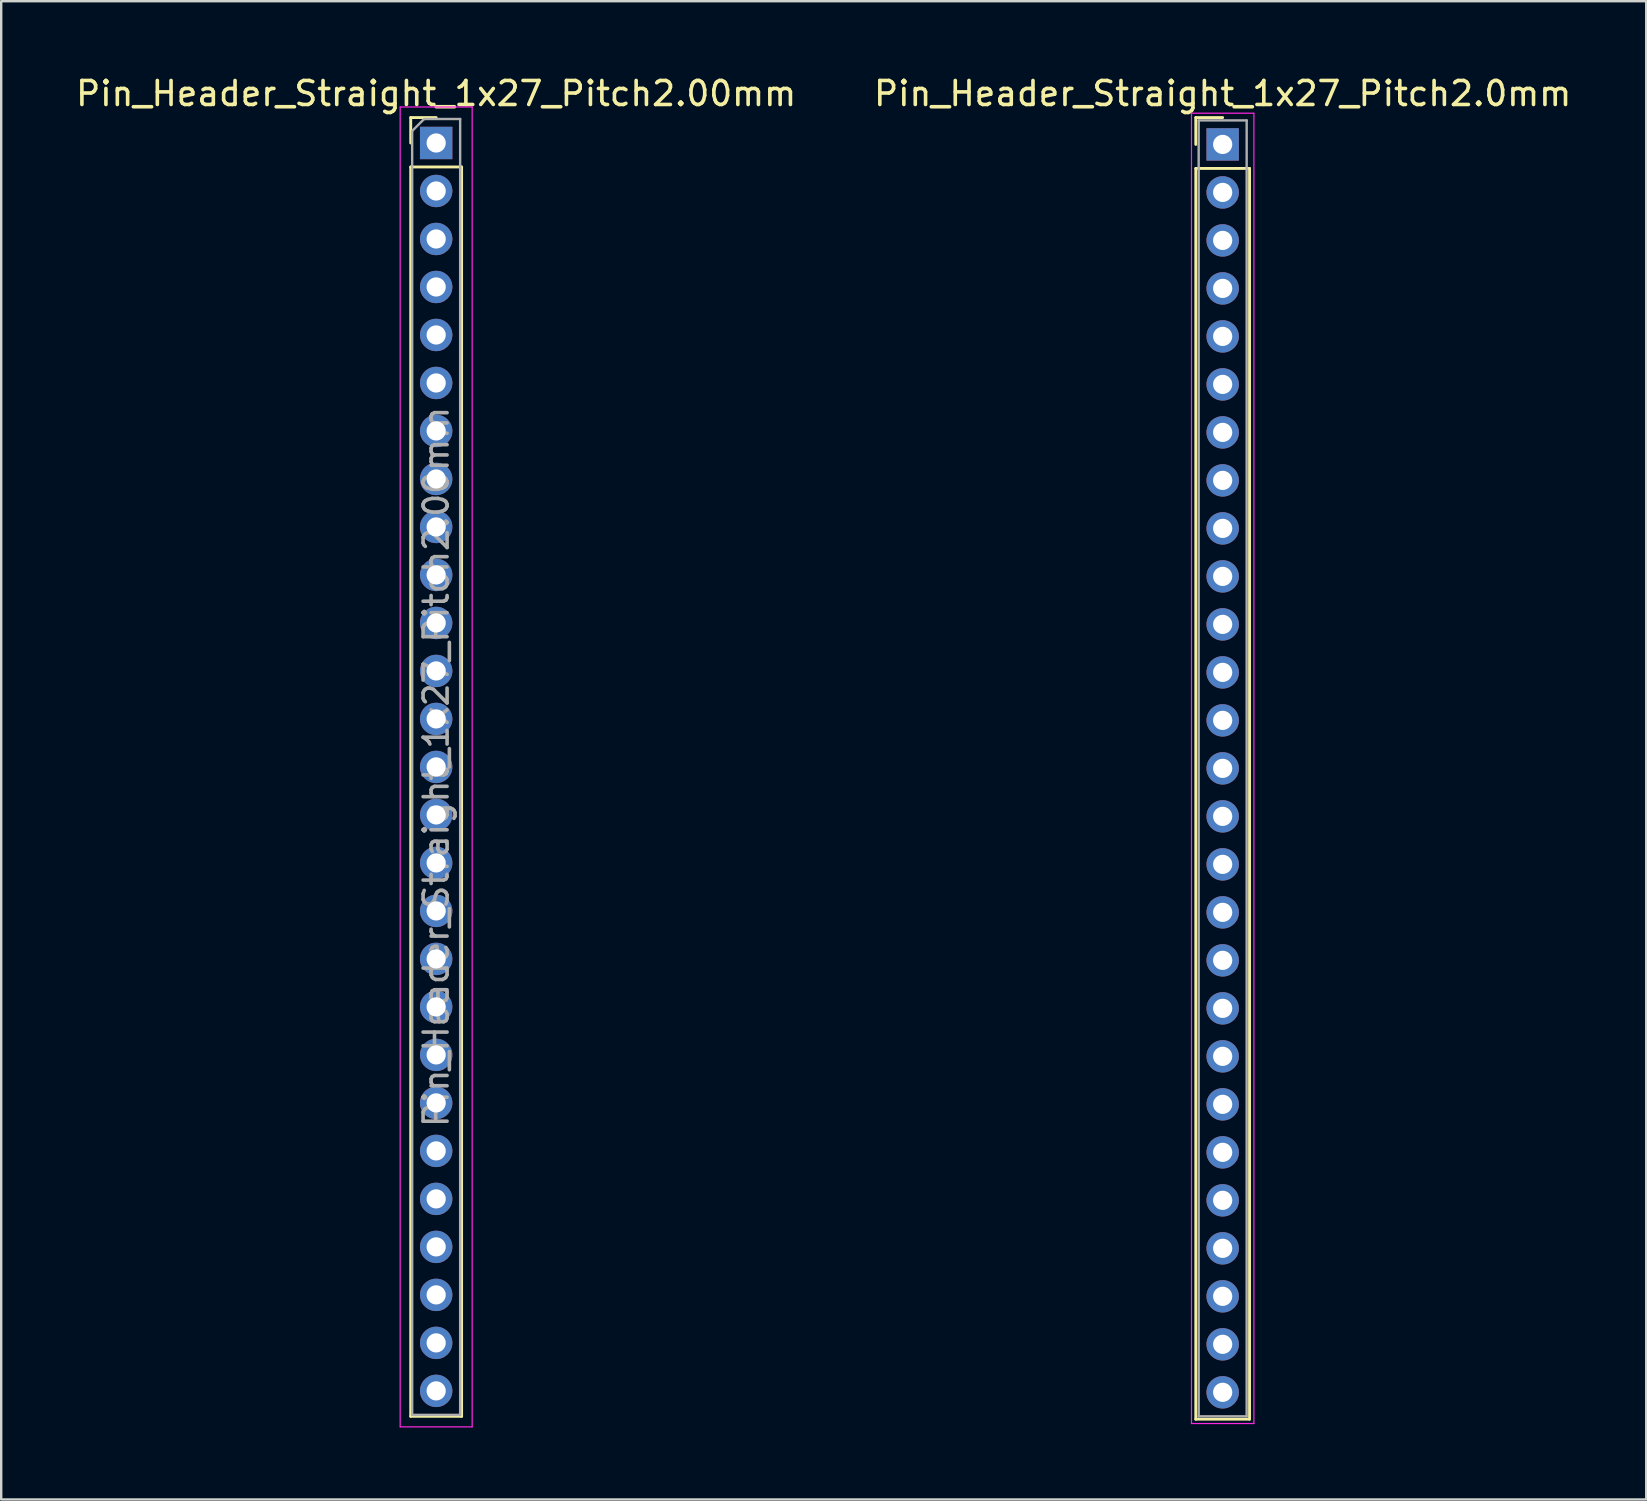
<source format=kicad_pcb>
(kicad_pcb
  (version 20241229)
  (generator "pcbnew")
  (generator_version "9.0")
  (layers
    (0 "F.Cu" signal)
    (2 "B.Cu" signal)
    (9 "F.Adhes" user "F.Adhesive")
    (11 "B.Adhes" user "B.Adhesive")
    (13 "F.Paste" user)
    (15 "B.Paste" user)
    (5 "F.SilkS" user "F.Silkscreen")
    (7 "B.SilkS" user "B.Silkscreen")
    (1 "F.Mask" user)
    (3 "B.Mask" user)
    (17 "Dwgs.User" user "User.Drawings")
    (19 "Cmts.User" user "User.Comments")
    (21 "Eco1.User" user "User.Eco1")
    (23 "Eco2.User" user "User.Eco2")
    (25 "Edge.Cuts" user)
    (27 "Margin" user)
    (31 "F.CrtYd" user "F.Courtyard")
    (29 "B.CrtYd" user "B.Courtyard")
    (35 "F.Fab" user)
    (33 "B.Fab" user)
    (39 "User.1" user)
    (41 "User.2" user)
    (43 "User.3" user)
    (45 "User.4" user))
  (footprint "Pin_Header_Straight_1x27_Pitch2.00mm"
    (layer "F.Cu")
    (at 15.125 2.908)
    (property "Reference" "Pin_Header_Straight_1x27_Pitch2.00mm" (at 0 -2.06 0) (layer "F.SilkS") (effects (font (size 1 1) (thickness 0.15))))
    (attr through_hole)
    (fp_line (start -1.06 -1.06) (end 0 -1.06) (stroke (width 0.12) (type solid)) (layer "F.SilkS"))
    (fp_line (start -1.06 0) (end -1.06 -1.06) (stroke (width 0.12) (type solid)) (layer "F.SilkS"))
    (fp_line (start -1.06 1) (end -1.06 53.06) (stroke (width 0.12) (type solid)) (layer "F.SilkS"))
    (fp_line (start -1.06 53.06) (end 1.06 53.06) (stroke (width 0.12) (type solid)) (layer "F.SilkS"))
    (fp_line (start 1.06 1) (end -1.06 1) (stroke (width 0.12) (type solid)) (layer "F.SilkS"))
    (fp_line (start 1.06 53.06) (end 1.06 1) (stroke (width 0.12) (type solid)) (layer "F.SilkS"))
    (fp_line (start -1.5 -1.5) (end -1.5 53.5) (stroke (width 0.05) (type solid)) (layer "F.CrtYd"))
    (fp_line (start -1.5 53.5) (end 1.5 53.5) (stroke (width 0.05) (type solid)) (layer "F.CrtYd"))
    (fp_line (start 1.5 -1.5) (end -1.5 -1.5) (stroke (width 0.05) (type solid)) (layer "F.CrtYd"))
    (fp_line (start 1.5 53.5) (end 1.5 -1.5) (stroke (width 0.05) (type solid)) (layer "F.CrtYd"))
    (fp_line (start -1 -0.5) (end -0.5 -1) (stroke (width 0.1) (type solid)) (layer "F.Fab"))
    (fp_line (start -1 53) (end -1 -0.5) (stroke (width 0.1) (type solid)) (layer "F.Fab"))
    (fp_line (start -0.5 -1) (end 1 -1) (stroke (width 0.1) (type solid)) (layer "F.Fab"))
    (fp_line (start 1 -1) (end 1 53) (stroke (width 0.1) (type solid)) (layer "F.Fab"))
    (fp_line (start 1 53) (end -1 53) (stroke (width 0.1) (type solid)) (layer "F.Fab"))
    (fp_text user "${REFERENCE}" (at 0 26 90) (layer "F.Fab") (effects (font (size 1 1) (thickness 0.15))))
    (pad "1" thru_hole rect (at 0 0) (size 1.35 1.35) (drill 0.8) (layers "*.Cu" "*.Mask"))
    (pad "2" thru_hole oval (at 0 2) (size 1.35 1.35) (drill 0.8) (layers "*.Cu" "*.Mask"))
    (pad "3" thru_hole oval (at 0 4) (size 1.35 1.35) (drill 0.8) (layers "*.Cu" "*.Mask"))
    (pad "4" thru_hole oval (at 0 6) (size 1.35 1.35) (drill 0.8) (layers "*.Cu" "*.Mask"))
    (pad "5" thru_hole oval (at 0 8) (size 1.35 1.35) (drill 0.8) (layers "*.Cu" "*.Mask"))
    (pad "6" thru_hole oval (at 0 10) (size 1.35 1.35) (drill 0.8) (layers "*.Cu" "*.Mask"))
    (pad "7" thru_hole oval (at 0 12) (size 1.35 1.35) (drill 0.8) (layers "*.Cu" "*.Mask"))
    (pad "8" thru_hole oval (at 0 14) (size 1.35 1.35) (drill 0.8) (layers "*.Cu" "*.Mask"))
    (pad "9" thru_hole oval (at 0 16) (size 1.35 1.35) (drill 0.8) (layers "*.Cu" "*.Mask"))
    (pad "10" thru_hole oval (at 0 18) (size 1.35 1.35) (drill 0.8) (layers "*.Cu" "*.Mask"))
    (pad "11" thru_hole oval (at 0 20) (size 1.35 1.35) (drill 0.8) (layers "*.Cu" "*.Mask"))
    (pad "12" thru_hole oval (at 0 22) (size 1.35 1.35) (drill 0.8) (layers "*.Cu" "*.Mask"))
    (pad "13" thru_hole oval (at 0 24) (size 1.35 1.35) (drill 0.8) (layers "*.Cu" "*.Mask"))
    (pad "14" thru_hole oval (at 0 26) (size 1.35 1.35) (drill 0.8) (layers "*.Cu" "*.Mask"))
    (pad "15" thru_hole oval (at 0 28) (size 1.35 1.35) (drill 0.8) (layers "*.Cu" "*.Mask"))
    (pad "16" thru_hole oval (at 0 30) (size 1.35 1.35) (drill 0.8) (layers "*.Cu" "*.Mask"))
    (pad "17" thru_hole oval (at 0 32) (size 1.35 1.35) (drill 0.8) (layers "*.Cu" "*.Mask"))
    (pad "18" thru_hole oval (at 0 34) (size 1.35 1.35) (drill 0.8) (layers "*.Cu" "*.Mask"))
    (pad "19" thru_hole oval (at 0 36) (size 1.35 1.35) (drill 0.8) (layers "*.Cu" "*.Mask"))
    (pad "20" thru_hole oval (at 0 38) (size 1.35 1.35) (drill 0.8) (layers "*.Cu" "*.Mask"))
    (pad "21" thru_hole oval (at 0 40) (size 1.35 1.35) (drill 0.8) (layers "*.Cu" "*.Mask"))
    (pad "22" thru_hole oval (at 0 42) (size 1.35 1.35) (drill 0.8) (layers "*.Cu" "*.Mask"))
    (pad "23" thru_hole oval (at 0 44) (size 1.35 1.35) (drill 0.8) (layers "*.Cu" "*.Mask"))
    (pad "24" thru_hole oval (at 0 46) (size 1.35 1.35) (drill 0.8) (layers "*.Cu" "*.Mask"))
    (pad "25" thru_hole oval (at 0 48) (size 1.35 1.35) (drill 0.8) (layers "*.Cu" "*.Mask"))
    (pad "26" thru_hole oval (at 0 50) (size 1.35 1.35) (drill 0.8) (layers "*.Cu" "*.Mask"))
    (pad "27" thru_hole oval (at 0 52) (size 1.35 1.35) (drill 0.8) (layers "*.Cu" "*.Mask")))
  (footprint "Pin_Header_Straight_1x27_Pitch2.0mm"
    (layer "F.Cu")
    (at 47.899 2.968)
    (property "Reference" "Pin_Header_Straight_1x27_Pitch2.0mm" (at 0 -2.12 0) (layer "F.SilkS") (effects (font (size 1 1) (thickness 0.15))))
    (attr through_hole)
    (fp_line (start -1.12 -1.12) (end 0 -1.12) (stroke (width 0.12) (type solid)) (layer "F.SilkS"))
    (fp_line (start -1.12 0) (end -1.12 -1.12) (stroke (width 0.12) (type solid)) (layer "F.SilkS"))
    (fp_line (start -1.12 1) (end -1.12 53.12) (stroke (width 0.12) (type solid)) (layer "F.SilkS"))
    (fp_line (start -1.12 53.12) (end 1.12 53.12) (stroke (width 0.12) (type solid)) (layer "F.SilkS"))
    (fp_line (start 1.12 1) (end -1.12 1) (stroke (width 0.12) (type solid)) (layer "F.SilkS"))
    (fp_line (start 1.12 53.12) (end 1.12 1) (stroke (width 0.12) (type solid)) (layer "F.SilkS"))
    (fp_line (start -1.3 -1.3) (end -1.3 53.3) (stroke (width 0.05) (type solid)) (layer "F.CrtYd"))
    (fp_line (start -1.3 53.3) (end 1.3 53.3) (stroke (width 0.05) (type solid)) (layer "F.CrtYd"))
    (fp_line (start 1.3 -1.3) (end -1.3 -1.3) (stroke (width 0.05) (type solid)) (layer "F.CrtYd"))
    (fp_line (start 1.3 53.3) (end 1.3 -1.3) (stroke (width 0.05) (type solid)) (layer "F.CrtYd"))
    (fp_line (start -1 -1) (end -1 53) (stroke (width 0.1) (type solid)) (layer "F.Fab"))
    (fp_line (start -1 53) (end 1 53) (stroke (width 0.1) (type solid)) (layer "F.Fab"))
    (fp_line (start 1 -1) (end -1 -1) (stroke (width 0.1) (type solid)) (layer "F.Fab"))
    (fp_line (start 1 53) (end 1 -1) (stroke (width 0.1) (type solid)) (layer "F.Fab"))
    (pad "1" thru_hole rect (at 0 0) (size 1.35 1.35) (drill 0.8) (layers "*.Cu" "*.Mask"))
    (pad "2" thru_hole oval (at 0 2) (size 1.35 1.35) (drill 0.8) (layers "*.Cu" "*.Mask"))
    (pad "3" thru_hole oval (at 0 4) (size 1.35 1.35) (drill 0.8) (layers "*.Cu" "*.Mask"))
    (pad "4" thru_hole oval (at 0 6) (size 1.35 1.35) (drill 0.8) (layers "*.Cu" "*.Mask"))
    (pad "5" thru_hole oval (at 0 8) (size 1.35 1.35) (drill 0.8) (layers "*.Cu" "*.Mask"))
    (pad "6" thru_hole oval (at 0 10) (size 1.35 1.35) (drill 0.8) (layers "*.Cu" "*.Mask"))
    (pad "7" thru_hole oval (at 0 12) (size 1.35 1.35) (drill 0.8) (layers "*.Cu" "*.Mask"))
    (pad "8" thru_hole oval (at 0 14) (size 1.35 1.35) (drill 0.8) (layers "*.Cu" "*.Mask"))
    (pad "9" thru_hole oval (at 0 16) (size 1.35 1.35) (drill 0.8) (layers "*.Cu" "*.Mask"))
    (pad "10" thru_hole oval (at 0 18) (size 1.35 1.35) (drill 0.8) (layers "*.Cu" "*.Mask"))
    (pad "11" thru_hole oval (at 0 20) (size 1.35 1.35) (drill 0.8) (layers "*.Cu" "*.Mask"))
    (pad "12" thru_hole oval (at 0 22) (size 1.35 1.35) (drill 0.8) (layers "*.Cu" "*.Mask"))
    (pad "13" thru_hole oval (at 0 24) (size 1.35 1.35) (drill 0.8) (layers "*.Cu" "*.Mask"))
    (pad "14" thru_hole oval (at 0 26) (size 1.35 1.35) (drill 0.8) (layers "*.Cu" "*.Mask"))
    (pad "15" thru_hole oval (at 0 28) (size 1.35 1.35) (drill 0.8) (layers "*.Cu" "*.Mask"))
    (pad "16" thru_hole oval (at 0 30) (size 1.35 1.35) (drill 0.8) (layers "*.Cu" "*.Mask"))
    (pad "17" thru_hole oval (at 0 32) (size 1.35 1.35) (drill 0.8) (layers "*.Cu" "*.Mask"))
    (pad "18" thru_hole oval (at 0 34) (size 1.35 1.35) (drill 0.8) (layers "*.Cu" "*.Mask"))
    (pad "19" thru_hole oval (at 0 36) (size 1.35 1.35) (drill 0.8) (layers "*.Cu" "*.Mask"))
    (pad "20" thru_hole oval (at 0 38) (size 1.35 1.35) (drill 0.8) (layers "*.Cu" "*.Mask"))
    (pad "21" thru_hole oval (at 0 40) (size 1.35 1.35) (drill 0.8) (layers "*.Cu" "*.Mask"))
    (pad "22" thru_hole oval (at 0 42) (size 1.35 1.35) (drill 0.8) (layers "*.Cu" "*.Mask"))
    (pad "23" thru_hole oval (at 0 44) (size 1.35 1.35) (drill 0.8) (layers "*.Cu" "*.Mask"))
    (pad "24" thru_hole oval (at 0 46) (size 1.35 1.35) (drill 0.8) (layers "*.Cu" "*.Mask"))
    (pad "25" thru_hole oval (at 0 48) (size 1.35 1.35) (drill 0.8) (layers "*.Cu" "*.Mask"))
    (pad "26" thru_hole oval (at 0 50) (size 1.35 1.35) (drill 0.8) (layers "*.Cu" "*.Mask"))
    (pad "27" thru_hole oval (at 0 52) (size 1.35 1.35) (drill 0.8) (layers "*.Cu" "*.Mask")))
  (gr_rect
    (start -3 -3)
    (end 65.548 59.433)
    (stroke (width 0.1) (type default))
    (fill no)
    (layer "Edge.Cuts")))
</source>
